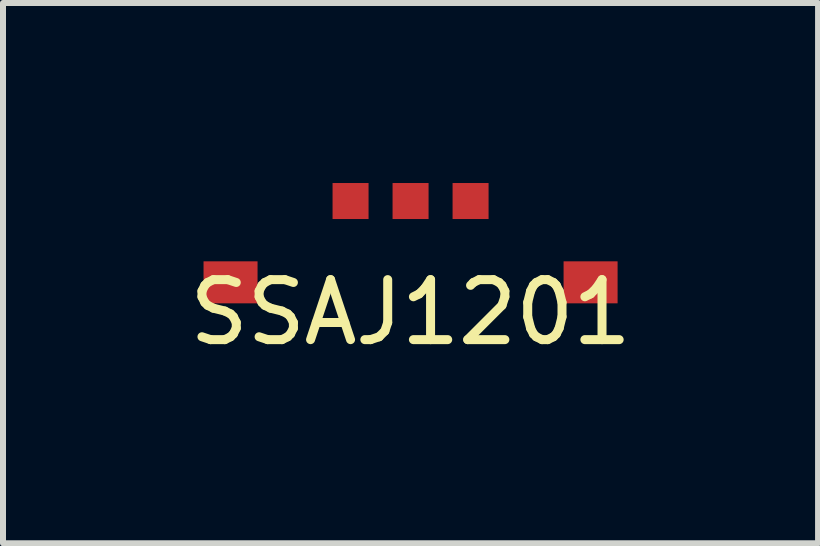
<source format=kicad_pcb>
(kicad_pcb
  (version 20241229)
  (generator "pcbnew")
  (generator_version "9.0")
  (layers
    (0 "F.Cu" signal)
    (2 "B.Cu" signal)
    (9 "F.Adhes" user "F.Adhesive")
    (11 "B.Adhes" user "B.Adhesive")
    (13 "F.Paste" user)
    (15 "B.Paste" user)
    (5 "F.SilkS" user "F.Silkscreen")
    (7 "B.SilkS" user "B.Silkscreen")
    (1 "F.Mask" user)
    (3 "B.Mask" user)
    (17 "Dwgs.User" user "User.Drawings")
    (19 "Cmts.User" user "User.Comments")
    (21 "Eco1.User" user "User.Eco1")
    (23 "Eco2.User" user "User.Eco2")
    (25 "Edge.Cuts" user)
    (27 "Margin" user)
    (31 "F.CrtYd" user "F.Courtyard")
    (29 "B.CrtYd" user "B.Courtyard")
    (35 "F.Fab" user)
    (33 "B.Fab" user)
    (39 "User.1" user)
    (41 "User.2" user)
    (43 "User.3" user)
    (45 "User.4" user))
  (footprint "SSAJ1201"
    (layer "F.Cu")
    (at 3.792 1.655)
    (property "Reference" "SSAJ1201" (at 0 0.5 0) (layer "F.SilkS") (effects (font (size 1 1) (thickness 0.15))))
    (attr through_hole)
    (pad "1" smd rect (at -1 -1.355) (size 0.6 0.6) (layers "F.Cu" "F.Mask" "F.Paste"))
    (pad "2" smd rect (at 0 -1.355) (size 0.6 0.6) (layers "F.Cu" "F.Mask" "F.Paste"))
    (pad "3" smd rect (at 1 -1.355) (size 0.6 0.6) (layers "F.Cu" "F.Mask" "F.Paste"))
    (pad "4" smd rect (at -3 0) (size 0.9 0.7) (layers "F.Cu" "F.Mask" "F.Paste"))
    (pad "5" smd rect (at 3 0) (size 0.9 0.7) (layers "F.Cu" "F.Mask" "F.Paste")))
  (gr_rect
    (start -3 -3)
    (end 10.583 6.003)
    (stroke (width 0.1) (type default))
    (fill no)
    (layer "Edge.Cuts")))
</source>
